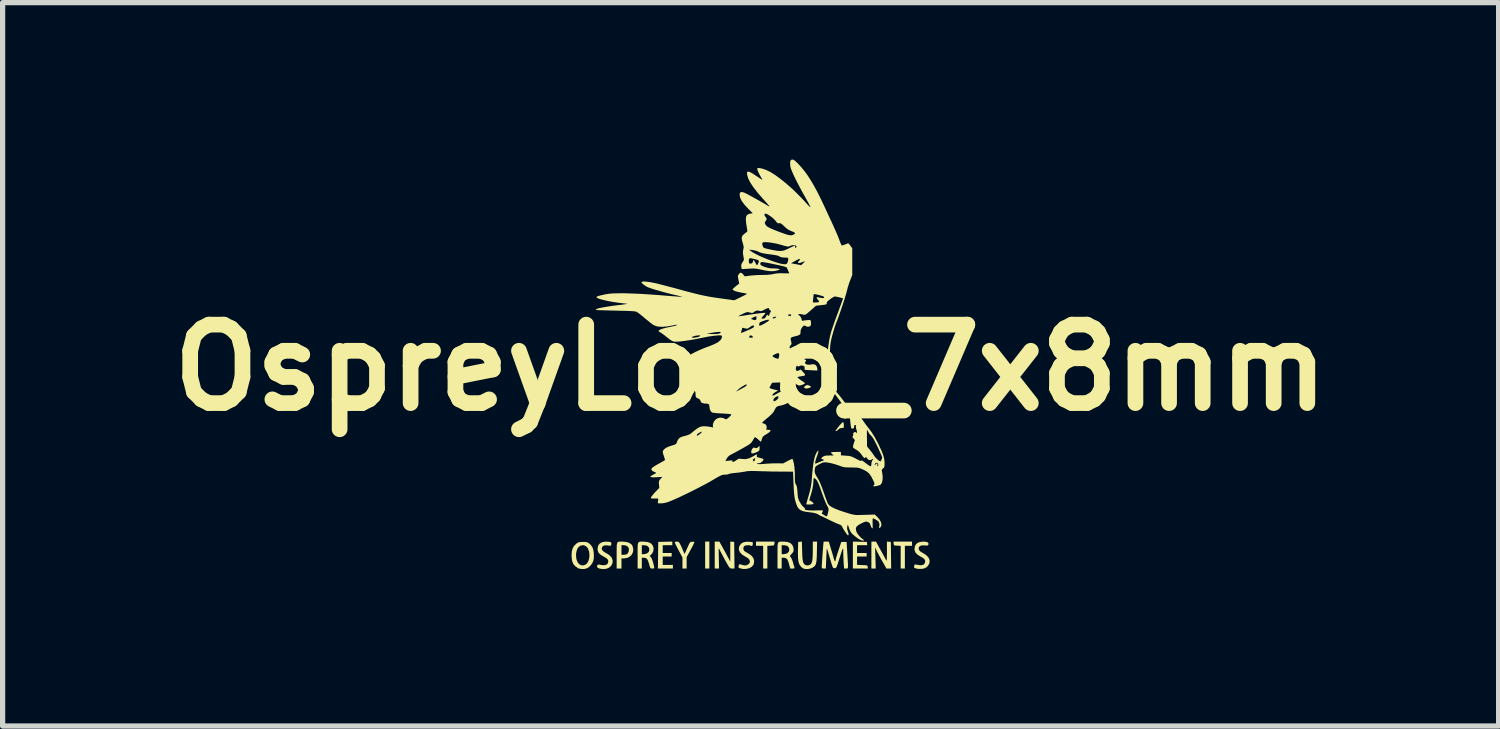
<source format=kicad_pcb>
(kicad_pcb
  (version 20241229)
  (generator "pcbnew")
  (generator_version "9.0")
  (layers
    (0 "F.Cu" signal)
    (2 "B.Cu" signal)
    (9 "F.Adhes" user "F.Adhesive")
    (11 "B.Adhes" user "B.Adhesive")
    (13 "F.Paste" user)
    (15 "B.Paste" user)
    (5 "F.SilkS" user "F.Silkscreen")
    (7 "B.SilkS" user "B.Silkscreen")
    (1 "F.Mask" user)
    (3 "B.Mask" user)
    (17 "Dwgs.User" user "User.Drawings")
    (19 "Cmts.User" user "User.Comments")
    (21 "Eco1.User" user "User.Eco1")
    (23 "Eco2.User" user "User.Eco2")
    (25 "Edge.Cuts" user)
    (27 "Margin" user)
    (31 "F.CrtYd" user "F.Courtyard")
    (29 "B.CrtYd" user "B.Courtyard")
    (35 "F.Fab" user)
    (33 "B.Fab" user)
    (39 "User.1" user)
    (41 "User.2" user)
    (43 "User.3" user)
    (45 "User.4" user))
  (footprint "OspreyLogo_7x8mm"
    (layer "F.Cu")
    (at 11.3 3.978)
    (property "Reference" "OspreyLogo_7x8mm" (at 0 0 0) (layer "F.SilkS") (effects (font (size 1.5 1.5) (thickness 0.3))))
    (attr board_only exclude_from_pos_files exclude_from_bom)
    (fp_poly (pts (xy -0.789 3.584) (xy -0.789 3.841) (xy -0.829 3.841) (xy -0.869 3.841) (xy -0.869 3.584) (xy -0.869 3.326) (xy -0.829 3.326) (xy -0.789 3.326)) (stroke (width 0) (type solid)) (fill yes) (layer "F.SilkS"))
    (fp_poly (pts (xy 1.009 -0.433) (xy 1.013 -0.428) (xy 1.001 -0.413) (xy 1 -0.412) (xy 0.969 -0.392) (xy 0.933 -0.391) (xy 0.916 -0.399) (xy 0.91 -0.41) (xy 0.922 -0.421) (xy 0.948 -0.43) (xy 0.981 -0.434) (xy 0.984 -0.434)) (stroke (width 0) (type solid)) (fill yes) (layer "F.SilkS"))
    (fp_poly (pts (xy 1.102 0.336) (xy 1.128 0.346) (xy 1.148 0.358) (xy 1.155 0.366) (xy 1.145 0.377) (xy 1.121 0.388) (xy 1.093 0.397) (xy 1.071 0.4) (xy 1.043 0.395) (xy 1.029 0.388) (xy 1.019 0.378) (xy 1.026 0.366) (xy 1.039 0.354) (xy 1.063 0.338) (xy 1.081 0.332)) (stroke (width 0) (type solid)) (fill yes) (layer "F.SilkS"))
    (fp_poly (pts (xy 0.455 3.364) (xy 0.452 3.385) (xy 0.444 3.396) (xy 0.426 3.401) (xy 0.391 3.404) (xy 0.386 3.404) (xy 0.32 3.408) (xy 0.32 3.624) (xy 0.32 3.841) (xy 0.28 3.841) (xy 0.24 3.841) (xy 0.24 3.624) (xy 0.24 3.406) (xy 0.171 3.406) (xy 0.103 3.406) (xy 0.103 3.366) (xy 0.103 3.326) (xy 0.281 3.326) (xy 0.459 3.326)) (stroke (width 0) (type solid)) (fill yes) (layer "F.SilkS"))
    (fp_poly (pts (xy 3.086 3.366) (xy 3.086 3.406) (xy 3.018 3.406) (xy 2.949 3.406) (xy 2.949 3.624) (xy 2.949 3.841) (xy 2.909 3.841) (xy 2.869 3.841) (xy 2.869 3.624) (xy 2.869 3.408) (xy 2.803 3.404) (xy 2.766 3.402) (xy 2.746 3.397) (xy 2.738 3.386) (xy 2.734 3.366) (xy 2.734 3.364) (xy 2.731 3.326) (xy 2.909 3.326) (xy 3.086 3.326)) (stroke (width 0) (type solid)) (fill yes) (layer "F.SilkS"))
    (fp_poly (pts (xy 0.171 1.541) (xy 0.169 1.573) (xy 0.159 1.591) (xy 0.134 1.607) (xy 0.129 1.61) (xy 0.085 1.629) (xy 0.048 1.64) (xy 0.024 1.641) (xy 0.019 1.638) (xy 0.011 1.617) (xy 0.015 1.586) (xy 0.029 1.556) (xy 0.036 1.548) (xy 0.056 1.53) (xy 0.075 1.53) (xy 0.087 1.534) (xy 0.109 1.541) (xy 0.129 1.532) (xy 0.143 1.52) (xy 0.171 1.493)) (stroke (width 0) (type solid)) (fill yes) (layer "F.SilkS"))
    (fp_poly (pts (xy 1.778 1.057) (xy 1.782 1.089) (xy 1.782 1.112) (xy 1.782 1.14) (xy 1.773 1.152) (xy 1.751 1.155) (xy 1.742 1.155) (xy 1.705 1.161) (xy 1.679 1.183) (xy 1.678 1.183) (xy 1.659 1.201) (xy 1.639 1.212) (xy 1.625 1.211) (xy 1.623 1.206) (xy 1.63 1.195) (xy 1.648 1.171) (xy 1.675 1.137) (xy 1.694 1.113) (xy 1.73 1.072) (xy 1.754 1.048) (xy 1.77 1.044)) (stroke (width 0) (type solid)) (fill yes) (layer "F.SilkS"))
    (fp_poly (pts (xy -1.497 3.36) (xy -1.497 3.395) (xy -1.589 3.395) (xy -1.68 3.395) (xy -1.68 3.469) (xy -1.68 3.544) (xy -1.595 3.544) (xy -1.509 3.544) (xy -1.509 3.578) (xy -1.509 3.612) (xy -1.595 3.612) (xy -1.68 3.612) (xy -1.68 3.692) (xy -1.68 3.772) (xy -1.583 3.772) (xy -1.486 3.772) (xy -1.486 3.807) (xy -1.486 3.841) (xy -1.629 3.841) (xy -1.772 3.841) (xy -1.769 3.587) (xy -1.766 3.332) (xy -1.632 3.329) (xy -1.497 3.326)) (stroke (width 0) (type solid)) (fill yes) (layer "F.SilkS"))
    (fp_poly (pts (xy 1.239 0.505) (xy 1.269 0.523) (xy 1.294 0.543) (xy 1.334 0.573) (xy 1.365 0.589) (xy 1.394 0.594) (xy 1.397 0.594) (xy 1.454 0.598) (xy 1.492 0.608) (xy 1.508 0.625) (xy 1.509 0.63) (xy 1.507 0.641) (xy 1.497 0.647) (xy 1.475 0.65) (xy 1.438 0.651) (xy 1.414 0.652) (xy 1.359 0.65) (xy 1.319 0.645) (xy 1.285 0.634) (xy 1.268 0.626) (xy 1.237 0.608) (xy 1.221 0.591) (xy 1.215 0.567) (xy 1.214 0.556) (xy 1.214 0.521) (xy 1.221 0.504)) (stroke (width 0) (type solid)) (fill yes) (layer "F.SilkS"))
    (fp_poly (pts (xy 2.089 3.329) (xy 2.223 3.332) (xy 2.227 3.364) (xy 2.231 3.395) (xy 2.133 3.395) (xy 2.035 3.395) (xy 2.035 3.469) (xy 2.035 3.544) (xy 2.126 3.544) (xy 2.218 3.544) (xy 2.218 3.578) (xy 2.218 3.612) (xy 2.126 3.612) (xy 2.035 3.612) (xy 2.035 3.692) (xy 2.035 3.771) (xy 2.135 3.775) (xy 2.183 3.777) (xy 2.212 3.779) (xy 2.228 3.784) (xy 2.235 3.793) (xy 2.238 3.807) (xy 2.238 3.809) (xy 2.242 3.841) (xy 2.098 3.841) (xy 1.955 3.841) (xy 1.955 3.583) (xy 1.955 3.326)) (stroke (width 0) (type solid)) (fill yes) (layer "F.SilkS"))
    (fp_poly (pts (xy 2.643 3.329) (xy 2.681 3.332) (xy 2.684 3.587) (xy 2.687 3.841) (xy 2.641 3.841) (xy 2.596 3.841) (xy 2.514 3.695) (xy 2.482 3.638) (xy 2.452 3.582) (xy 2.426 3.534) (xy 2.409 3.499) (xy 2.406 3.492) (xy 2.38 3.435) (xy 2.386 3.638) (xy 2.392 3.841) (xy 2.351 3.841) (xy 2.309 3.841) (xy 2.309 3.584) (xy 2.309 3.326) (xy 2.353 3.326) (xy 2.397 3.326) (xy 2.483 3.484) (xy 2.515 3.541) (xy 2.543 3.593) (xy 2.567 3.637) (xy 2.583 3.667) (xy 2.588 3.675) (xy 2.594 3.686) (xy 2.599 3.689) (xy 2.602 3.682) (xy 2.604 3.661) (xy 2.605 3.624) (xy 2.606 3.569) (xy 2.606 3.517) (xy 2.606 3.325)) (stroke (width 0) (type solid)) (fill yes) (layer "F.SilkS"))
    (fp_poly (pts (xy -1.394 3.327) (xy -1.379 3.332) (xy -1.366 3.344) (xy -1.351 3.367) (xy -1.333 3.403) (xy -1.31 3.455) (xy -1.298 3.483) (xy -1.262 3.564) (xy -1.211 3.448) (xy -1.188 3.398) (xy -1.172 3.364) (xy -1.159 3.344) (xy -1.146 3.334) (xy -1.131 3.33) (xy -1.117 3.329) (xy -1.088 3.329) (xy -1.075 3.336) (xy -1.075 3.338) (xy -1.08 3.352) (xy -1.094 3.382) (xy -1.115 3.424) (xy -1.142 3.474) (xy -1.149 3.486) (xy -1.223 3.623) (xy -1.223 3.732) (xy -1.223 3.841) (xy -1.263 3.841) (xy -1.303 3.841) (xy -1.303 3.736) (xy -1.303 3.631) (xy -1.377 3.491) (xy -1.404 3.439) (xy -1.427 3.394) (xy -1.443 3.36) (xy -1.451 3.341) (xy -1.452 3.338) (xy -1.442 3.331) (xy -1.417 3.327) (xy -1.412 3.326)) (stroke (width 0) (type solid)) (fill yes) (layer "F.SilkS"))
    (fp_poly (pts (xy -0.352 3.329) (xy -0.314 3.332) (xy -0.311 3.587) (xy -0.308 3.841) (xy -0.353 3.841) (xy -0.373 3.84) (xy -0.388 3.836) (xy -0.401 3.825) (xy -0.417 3.804) (xy -0.438 3.769) (xy -0.461 3.729) (xy -0.492 3.673) (xy -0.524 3.613) (xy -0.553 3.559) (xy -0.565 3.535) (xy -0.585 3.497) (xy -0.6 3.468) (xy -0.609 3.453) (xy -0.609 3.452) (xy -0.61 3.463) (xy -0.61 3.493) (xy -0.61 3.538) (xy -0.609 3.595) (xy -0.608 3.647) (xy -0.604 3.841) (xy -0.645 3.841) (xy -0.686 3.841) (xy -0.686 3.584) (xy -0.686 3.326) (xy -0.641 3.326) (xy -0.597 3.326) (xy -0.522 3.461) (xy -0.491 3.517) (xy -0.462 3.571) (xy -0.437 3.618) (xy -0.419 3.651) (xy -0.418 3.652) (xy -0.389 3.709) (xy -0.389 3.517) (xy -0.389 3.325)) (stroke (width 0) (type solid)) (fill yes) (layer "F.SilkS"))
    (fp_poly (pts (xy -2.442 3.327) (xy -2.441 3.327) (xy -2.37 3.334) (xy -2.313 3.354) (xy -2.273 3.385) (xy -2.257 3.411) (xy -2.243 3.472) (xy -2.249 3.528) (xy -2.273 3.577) (xy -2.313 3.615) (xy -2.366 3.64) (xy -2.421 3.647) (xy -2.469 3.647) (xy -2.469 3.744) (xy -2.469 3.841) (xy -2.515 3.841) (xy -2.561 3.841) (xy -2.561 3.591) (xy -2.561 3.506) (xy -2.561 3.486) (xy -2.469 3.486) (xy -2.469 3.578) (xy -2.428 3.578) (xy -2.394 3.575) (xy -2.368 3.567) (xy -2.366 3.567) (xy -2.344 3.544) (xy -2.33 3.508) (xy -2.327 3.47) (xy -2.331 3.449) (xy -2.354 3.416) (xy -2.392 3.399) (xy -2.428 3.395) (xy -2.469 3.395) (xy -2.469 3.486) (xy -2.561 3.486) (xy -2.56 3.442) (xy -2.559 3.395) (xy -2.554 3.363) (xy -2.545 3.342) (xy -2.53 3.331) (xy -2.509 3.327) (xy -2.48 3.326)) (stroke (width 0) (type solid)) (fill yes) (layer "F.SilkS"))
    (fp_poly (pts (xy 0.985 3.512) (xy 0.988 3.591) (xy 0.992 3.65) (xy 0.998 3.694) (xy 1.006 3.726) (xy 1.018 3.748) (xy 1.034 3.765) (xy 1.039 3.769) (xy 1.073 3.782) (xy 1.112 3.779) (xy 1.14 3.766) (xy 1.158 3.749) (xy 1.171 3.723) (xy 1.18 3.684) (xy 1.185 3.631) (xy 1.188 3.561) (xy 1.189 3.495) (xy 1.189 3.326) (xy 1.23 3.326) (xy 1.271 3.326) (xy 1.267 3.529) (xy 1.265 3.613) (xy 1.261 3.676) (xy 1.255 3.724) (xy 1.246 3.759) (xy 1.232 3.785) (xy 1.212 3.805) (xy 1.186 3.823) (xy 1.177 3.828) (xy 1.13 3.845) (xy 1.076 3.852) (xy 1.025 3.846) (xy 1.012 3.842) (xy 0.969 3.813) (xy 0.935 3.767) (xy 0.914 3.711) (xy 0.91 3.676) (xy 0.906 3.625) (xy 0.905 3.562) (xy 0.905 3.495) (xy 0.905 3.492) (xy 0.909 3.332) (xy 0.944 3.329) (xy 0.98 3.325)) (stroke (width 0) (type solid)) (fill yes) (layer "F.SilkS"))
    (fp_poly (pts (xy -2.71 3.329) (xy -2.677 3.337) (xy -2.662 3.352) (xy -2.662 3.376) (xy -2.663 3.381) (xy -2.675 3.403) (xy -2.688 3.407) (xy -2.708 3.403) (xy -2.741 3.399) (xy -2.753 3.398) (xy -2.798 3.4) (xy -2.83 3.418) (xy -2.845 3.448) (xy -2.846 3.459) (xy -2.84 3.485) (xy -2.819 3.51) (xy -2.781 3.536) (xy -2.756 3.549) (xy -2.696 3.588) (xy -2.656 3.634) (xy -2.637 3.685) (xy -2.641 3.739) (xy -2.641 3.741) (xy -2.666 3.789) (xy -2.706 3.824) (xy -2.759 3.846) (xy -2.821 3.852) (xy -2.888 3.842) (xy -2.901 3.838) (xy -2.93 3.821) (xy -2.937 3.798) (xy -2.928 3.775) (xy -2.917 3.767) (xy -2.896 3.766) (xy -2.863 3.772) (xy -2.805 3.779) (xy -2.761 3.77) (xy -2.732 3.747) (xy -2.721 3.71) (xy -2.721 3.705) (xy -2.724 3.682) (xy -2.737 3.661) (xy -2.762 3.64) (xy -2.804 3.615) (xy -2.821 3.606) (xy -2.875 3.572) (xy -2.908 3.535) (xy -2.924 3.492) (xy -2.926 3.462) (xy -2.916 3.407) (xy -2.888 3.366) (xy -2.843 3.339) (xy -2.782 3.327) (xy -2.763 3.327)) (stroke (width 0) (type solid)) (fill yes) (layer "F.SilkS"))
    (fp_poly (pts (xy 3.353 3.33) (xy 3.387 3.342) (xy 3.401 3.362) (xy 3.399 3.38) (xy 3.394 3.394) (xy 3.383 3.401) (xy 3.361 3.402) (xy 3.325 3.399) (xy 3.27 3.399) (xy 3.233 3.412) (xy 3.215 3.439) (xy 3.212 3.459) (xy 3.219 3.487) (xy 3.243 3.513) (xy 3.285 3.54) (xy 3.296 3.545) (xy 3.357 3.584) (xy 3.399 3.628) (xy 3.421 3.676) (xy 3.421 3.726) (xy 3.41 3.758) (xy 3.379 3.804) (xy 3.337 3.833) (xy 3.282 3.847) (xy 3.261 3.848) (xy 3.217 3.848) (xy 3.176 3.843) (xy 3.157 3.838) (xy 3.132 3.828) (xy 3.124 3.814) (xy 3.127 3.796) (xy 3.133 3.773) (xy 3.137 3.763) (xy 3.149 3.764) (xy 3.176 3.768) (xy 3.196 3.772) (xy 3.254 3.779) (xy 3.298 3.77) (xy 3.326 3.747) (xy 3.338 3.71) (xy 3.338 3.705) (xy 3.333 3.678) (xy 3.315 3.654) (xy 3.28 3.63) (xy 3.251 3.614) (xy 3.189 3.575) (xy 3.15 3.533) (xy 3.133 3.485) (xy 3.133 3.471) (xy 3.142 3.413) (xy 3.168 3.369) (xy 3.212 3.341) (xy 3.272 3.328) (xy 3.299 3.327)) (stroke (width 0) (type solid)) (fill yes) (layer "F.SilkS"))
    (fp_poly (pts (xy -3.161 3.333) (xy -3.129 3.338) (xy -3.105 3.349) (xy -3.084 3.363) (xy -3.053 3.394) (xy -3.027 3.43) (xy -3.023 3.437) (xy -3.008 3.482) (xy -2.999 3.539) (xy -2.996 3.602) (xy -3 3.66) (xy -3.006 3.69) (xy -3.028 3.741) (xy -3.064 3.788) (xy -3.107 3.825) (xy -3.129 3.837) (xy -3.18 3.85) (xy -3.236 3.85) (xy -3.286 3.84) (xy -3.298 3.834) (xy -3.352 3.798) (xy -3.39 3.753) (xy -3.413 3.695) (xy -3.422 3.622) (xy -3.423 3.589) (xy -3.338 3.589) (xy -3.331 3.658) (xy -3.312 3.713) (xy -3.282 3.753) (xy -3.245 3.777) (xy -3.201 3.781) (xy -3.157 3.767) (xy -3.124 3.739) (xy -3.1 3.694) (xy -3.085 3.637) (xy -3.081 3.575) (xy -3.088 3.52) (xy -3.108 3.46) (xy -3.14 3.419) (xy -3.182 3.398) (xy -3.209 3.395) (xy -3.256 3.405) (xy -3.294 3.435) (xy -3.321 3.482) (xy -3.335 3.545) (xy -3.338 3.589) (xy -3.423 3.589) (xy -3.418 3.513) (xy -3.401 3.452) (xy -3.372 3.404) (xy -3.33 3.364) (xy -3.305 3.347) (xy -3.28 3.337) (xy -3.248 3.333) (xy -3.206 3.332)) (stroke (width 0) (type solid)) (fill yes) (layer "F.SilkS"))
    (fp_poly (pts (xy -0.043 3.329) (xy -0.004 3.332) (xy 0.027 3.336) (xy 0.04 3.34) (xy 0.043 3.356) (xy 0.04 3.382) (xy 0.04 3.383) (xy 0.033 3.406) (xy 0.022 3.411) (xy 0.011 3.406) (xy -0.021 3.397) (xy -0.061 3.396) (xy -0.099 3.401) (xy -0.119 3.41) (xy -0.136 3.435) (xy -0.139 3.468) (xy -0.127 3.498) (xy -0.117 3.509) (xy -0.094 3.524) (xy -0.06 3.544) (xy -0.035 3.558) (xy 0.019 3.597) (xy 0.054 3.644) (xy 0.068 3.695) (xy 0.061 3.749) (xy 0.051 3.774) (xy 0.021 3.808) (xy -0.025 3.834) (xy -0.08 3.848) (xy -0.139 3.85) (xy -0.185 3.841) (xy -0.217 3.83) (xy -0.232 3.817) (xy -0.232 3.799) (xy -0.227 3.785) (xy -0.219 3.765) (xy -0.208 3.758) (xy -0.186 3.763) (xy -0.174 3.768) (xy -0.119 3.782) (xy -0.077 3.779) (xy -0.043 3.759) (xy -0.039 3.756) (xy -0.018 3.732) (xy -0.013 3.711) (xy -0.02 3.683) (xy -0.022 3.676) (xy -0.043 3.65) (xy -0.084 3.622) (xy -0.101 3.613) (xy -0.163 3.574) (xy -0.204 3.531) (xy -0.224 3.484) (xy -0.223 3.435) (xy -0.212 3.407) (xy -0.181 3.365) (xy -0.139 3.34) (xy -0.083 3.329)) (stroke (width 0) (type solid)) (fill yes) (layer "F.SilkS"))
    (fp_poly (pts (xy -2.044 3.327) (xy -2.043 3.327) (xy -1.97 3.334) (xy -1.914 3.355) (xy -1.877 3.391) (xy -1.857 3.44) (xy -1.855 3.449) (xy -1.859 3.504) (xy -1.882 3.553) (xy -1.912 3.584) (xy -1.928 3.6) (xy -1.923 3.609) (xy -1.903 3.627) (xy -1.883 3.668) (xy -1.863 3.73) (xy -1.859 3.747) (xy -1.848 3.793) (xy -1.843 3.821) (xy -1.845 3.835) (xy -1.856 3.84) (xy -1.876 3.841) (xy -1.879 3.841) (xy -1.898 3.84) (xy -1.911 3.835) (xy -1.921 3.82) (xy -1.931 3.792) (xy -1.942 3.752) (xy -1.959 3.698) (xy -1.976 3.664) (xy -1.997 3.644) (xy -2.025 3.636) (xy -2.043 3.635) (xy -2.08 3.635) (xy -2.08 3.738) (xy -2.08 3.841) (xy -2.12 3.841) (xy -2.16 3.841) (xy -2.16 3.591) (xy -2.161 3.506) (xy -2.161 3.48) (xy -2.08 3.48) (xy -2.08 3.567) (xy -2.046 3.567) (xy -2.009 3.561) (xy -1.978 3.55) (xy -1.948 3.523) (xy -1.935 3.486) (xy -1.942 3.447) (xy -1.952 3.431) (xy -1.973 3.41) (xy -2.002 3.4) (xy -2.027 3.397) (xy -2.08 3.394) (xy -2.08 3.48) (xy -2.161 3.48) (xy -2.16 3.442) (xy -2.158 3.395) (xy -2.154 3.363) (xy -2.145 3.343) (xy -2.13 3.332) (xy -2.11 3.327) (xy -2.081 3.326)) (stroke (width 0) (type solid)) (fill yes) (layer "F.SilkS"))
    (fp_poly (pts (xy 0.631 3.327) (xy 0.632 3.327) (xy 0.704 3.333) (xy 0.759 3.354) (xy 0.796 3.389) (xy 0.817 3.438) (xy 0.82 3.461) (xy 0.822 3.496) (xy 0.816 3.52) (xy 0.799 3.544) (xy 0.785 3.559) (xy 0.762 3.585) (xy 0.753 3.6) (xy 0.755 3.612) (xy 0.766 3.624) (xy 0.781 3.647) (xy 0.797 3.683) (xy 0.806 3.712) (xy 0.818 3.754) (xy 0.829 3.791) (xy 0.835 3.809) (xy 0.84 3.83) (xy 0.834 3.839) (xy 0.812 3.841) (xy 0.801 3.841) (xy 0.757 3.841) (xy 0.733 3.752) (xy 0.716 3.698) (xy 0.699 3.664) (xy 0.678 3.644) (xy 0.65 3.636) (xy 0.632 3.635) (xy 0.594 3.635) (xy 0.594 3.738) (xy 0.594 3.841) (xy 0.554 3.841) (xy 0.514 3.841) (xy 0.514 3.591) (xy 0.514 3.506) (xy 0.514 3.48) (xy 0.594 3.48) (xy 0.594 3.567) (xy 0.629 3.567) (xy 0.666 3.561) (xy 0.697 3.55) (xy 0.727 3.523) (xy 0.74 3.486) (xy 0.733 3.447) (xy 0.723 3.431) (xy 0.702 3.41) (xy 0.673 3.4) (xy 0.648 3.397) (xy 0.594 3.394) (xy 0.594 3.48) (xy 0.514 3.48) (xy 0.515 3.442) (xy 0.516 3.395) (xy 0.521 3.363) (xy 0.53 3.343) (xy 0.544 3.332) (xy 0.565 3.327) (xy 0.594 3.326)) (stroke (width 0) (type solid)) (fill yes) (layer "F.SilkS"))
    (fp_poly (pts (xy 1.535 3.461) (xy 1.553 3.519) (xy 1.569 3.574) (xy 1.582 3.621) (xy 1.59 3.649) (xy 1.6 3.683) (xy 1.611 3.701) (xy 1.62 3.703) (xy 1.624 3.685) (xy 1.624 3.684) (xy 1.627 3.666) (xy 1.637 3.631) (xy 1.651 3.584) (xy 1.669 3.527) (xy 1.679 3.498) (xy 1.733 3.332) (xy 1.784 3.332) (xy 1.835 3.332) (xy 1.848 3.544) (xy 1.854 3.634) (xy 1.858 3.704) (xy 1.861 3.756) (xy 1.862 3.793) (xy 1.861 3.818) (xy 1.857 3.832) (xy 1.852 3.839) (xy 1.843 3.841) (xy 1.832 3.841) (xy 1.825 3.841) (xy 1.787 3.841) (xy 1.779 3.736) (xy 1.776 3.673) (xy 1.773 3.603) (xy 1.771 3.54) (xy 1.771 3.533) (xy 1.771 3.496) (xy 1.77 3.471) (xy 1.767 3.459) (xy 1.762 3.462) (xy 1.753 3.48) (xy 1.741 3.515) (xy 1.723 3.57) (xy 1.7 3.644) (xy 1.695 3.658) (xy 1.674 3.724) (xy 1.659 3.771) (xy 1.647 3.802) (xy 1.637 3.821) (xy 1.628 3.831) (xy 1.618 3.835) (xy 1.606 3.835) (xy 1.592 3.834) (xy 1.581 3.83) (xy 1.572 3.818) (xy 1.562 3.795) (xy 1.55 3.758) (xy 1.533 3.704) (xy 1.53 3.692) (xy 1.512 3.632) (xy 1.495 3.575) (xy 1.481 3.526) (xy 1.471 3.492) (xy 1.471 3.492) (xy 1.466 3.473) (xy 1.462 3.462) (xy 1.458 3.463) (xy 1.456 3.477) (xy 1.453 3.507) (xy 1.451 3.555) (xy 1.447 3.623) (xy 1.447 3.638) (xy 1.438 3.841) (xy 1.399 3.841) (xy 1.373 3.839) (xy 1.362 3.828) (xy 1.36 3.812) (xy 1.361 3.786) (xy 1.363 3.744) (xy 1.367 3.688) (xy 1.371 3.625) (xy 1.376 3.56) (xy 1.38 3.497) (xy 1.385 3.442) (xy 1.388 3.4) (xy 1.39 3.386) (xy 1.396 3.326) (xy 1.445 3.326) (xy 1.494 3.326)) (stroke (width 0) (type solid)) (fill yes) (layer "F.SilkS"))
    (fp_poly (pts (xy 0.819 -3.973) (xy 0.844 -3.958) (xy 0.877 -3.928) (xy 0.905 -3.901) (xy 0.969 -3.831) (xy 1.03 -3.757) (xy 1.089 -3.676) (xy 1.148 -3.585) (xy 1.208 -3.483) (xy 1.271 -3.367) (xy 1.338 -3.234) (xy 1.41 -3.082) (xy 1.424 -3.052) (xy 1.458 -2.978) (xy 1.497 -2.893) (xy 1.538 -2.806) (xy 1.574 -2.728) (xy 1.58 -2.715) (xy 1.609 -2.65) (xy 1.637 -2.587) (xy 1.662 -2.529) (xy 1.68 -2.484) (xy 1.686 -2.468) (xy 1.706 -2.414) (xy 1.724 -2.371) (xy 1.739 -2.341) (xy 1.743 -2.334) (xy 1.754 -2.336) (xy 1.78 -2.345) (xy 1.805 -2.354) (xy 1.838 -2.367) (xy 1.861 -2.376) (xy 1.868 -2.378) (xy 1.877 -2.369) (xy 1.894 -2.348) (xy 1.908 -2.33) (xy 1.943 -2.282) (xy 1.943 -2.025) (xy 1.943 -1.769) (xy 1.903 -1.668) (xy 1.881 -1.607) (xy 1.859 -1.537) (xy 1.842 -1.473) (xy 1.84 -1.463) (xy 1.829 -1.42) (xy 1.811 -1.361) (xy 1.789 -1.289) (xy 1.763 -1.208) (xy 1.734 -1.124) (xy 1.705 -1.04) (xy 1.677 -0.961) (xy 1.651 -0.891) (xy 1.629 -0.835) (xy 1.628 -0.833) (xy 1.615 -0.797) (xy 1.599 -0.746) (xy 1.581 -0.685) (xy 1.563 -0.621) (xy 1.56 -0.611) (xy 1.548 -0.562) (xy 1.538 -0.52) (xy 1.531 -0.483) (xy 1.525 -0.445) (xy 1.521 -0.403) (xy 1.518 -0.353) (xy 1.516 -0.289) (xy 1.514 -0.209) (xy 1.513 -0.167) (xy 1.511 -0.074) (xy 1.51 -0.002) (xy 1.51 0.055) (xy 1.511 0.1) (xy 1.514 0.134) (xy 1.518 0.164) (xy 1.524 0.19) (xy 1.525 0.194) (xy 1.546 0.272) (xy 1.565 0.332) (xy 1.583 0.379) (xy 1.604 0.417) (xy 1.629 0.453) (xy 1.656 0.484) (xy 1.693 0.527) (xy 1.735 0.58) (xy 1.776 0.634) (xy 1.789 0.651) (xy 1.847 0.723) (xy 1.909 0.782) (xy 1.943 0.809) (xy 2 0.851) (xy 2.042 0.886) (xy 2.075 0.917) (xy 2.105 0.951) (xy 2.134 0.992) (xy 2.152 1.017) (xy 2.185 1.065) (xy 2.221 1.114) (xy 2.253 1.154) (xy 2.258 1.16) (xy 2.316 1.238) (xy 2.376 1.335) (xy 2.438 1.451) (xy 2.464 1.507) (xy 2.501 1.586) (xy 2.527 1.65) (xy 2.544 1.704) (xy 2.555 1.752) (xy 2.56 1.799) (xy 2.561 1.83) (xy 2.56 1.872) (xy 2.556 1.898) (xy 2.547 1.915) (xy 2.531 1.928) (xy 2.514 1.943) (xy 2.507 1.959) (xy 2.51 1.984) (xy 2.514 2.001) (xy 2.524 2.07) (xy 2.524 2.136) (xy 2.513 2.19) (xy 2.506 2.206) (xy 2.492 2.23) (xy 2.474 2.244) (xy 2.445 2.255) (xy 2.419 2.261) (xy 2.375 2.269) (xy 2.351 2.27) (xy 2.345 2.262) (xy 2.356 2.246) (xy 2.358 2.243) (xy 2.366 2.232) (xy 2.369 2.219) (xy 2.363 2.199) (xy 2.35 2.168) (xy 2.33 2.128) (xy 2.297 2.067) (xy 2.264 2.023) (xy 2.224 1.989) (xy 2.172 1.959) (xy 2.137 1.943) (xy 2.104 1.929) (xy 2.075 1.919) (xy 2.044 1.913) (xy 2.006 1.911) (xy 1.953 1.909) (xy 1.924 1.909) (xy 1.859 1.908) (xy 1.811 1.906) (xy 1.774 1.9) (xy 1.742 1.892) (xy 1.724 1.885) (xy 1.63 1.852) (xy 1.538 1.827) (xy 1.461 1.813) (xy 1.426 1.81) (xy 1.398 1.811) (xy 1.369 1.82) (xy 1.331 1.838) (xy 1.317 1.845) (xy 1.276 1.867) (xy 1.25 1.884) (xy 1.237 1.901) (xy 1.23 1.921) (xy 1.224 1.974) (xy 1.23 2.018) (xy 1.251 2.062) (xy 1.257 2.073) (xy 1.284 2.116) (xy 1.307 2.158) (xy 1.328 2.203) (xy 1.35 2.256) (xy 1.375 2.321) (xy 1.402 2.398) (xy 1.424 2.46) (xy 1.444 2.516) (xy 1.462 2.563) (xy 1.475 2.594) (xy 1.479 2.604) (xy 1.502 2.632) (xy 1.541 2.66) (xy 1.599 2.69) (xy 1.677 2.722) (xy 1.775 2.756) (xy 1.866 2.784) (xy 1.911 2.798) (xy 1.947 2.807) (xy 1.979 2.813) (xy 2.013 2.817) (xy 2.053 2.818) (xy 2.105 2.817) (xy 2.174 2.815) (xy 2.181 2.815) (xy 2.374 2.809) (xy 2.426 2.859) (xy 2.467 2.908) (xy 2.493 2.957) (xy 2.501 3.004) (xy 2.494 3.035) (xy 2.479 3.056) (xy 2.463 3.064) (xy 2.452 3.06) (xy 2.456 3.044) (xy 2.458 3.041) (xy 2.464 3.01) (xy 2.458 2.972) (xy 2.443 2.94) (xy 2.443 2.94) (xy 2.426 2.927) (xy 2.399 2.909) (xy 2.369 2.893) (xy 2.345 2.882) (xy 2.337 2.881) (xy 2.334 2.891) (xy 2.332 2.919) (xy 2.332 2.959) (xy 2.332 2.969) (xy 2.333 3.013) (xy 2.334 3.047) (xy 2.334 3.066) (xy 2.333 3.068) (xy 2.327 3.074) (xy 2.316 3.064) (xy 2.303 3.044) (xy 2.293 3.019) (xy 2.291 3.01) (xy 2.28 2.978) (xy 2.256 2.959) (xy 2.244 2.953) (xy 2.217 2.944) (xy 2.195 2.945) (xy 2.165 2.955) (xy 2.157 2.959) (xy 2.116 2.979) (xy 2.072 3.003) (xy 2.06 3.01) (xy 2.026 3.039) (xy 2.012 3.071) (xy 2.015 3.111) (xy 2.028 3.148) (xy 2.047 3.181) (xy 2.079 3.22) (xy 2.114 3.256) (xy 2.148 3.283) (xy 2.154 3.287) (xy 2.169 3.297) (xy 2.164 3.304) (xy 2.158 3.307) (xy 2.137 3.306) (xy 2.106 3.296) (xy 2.089 3.289) (xy 2.055 3.268) (xy 2.013 3.238) (xy 1.975 3.207) (xy 1.937 3.173) (xy 1.913 3.141) (xy 1.895 3.105) (xy 1.884 3.076) (xy 1.859 3.001) (xy 1.848 3.037) (xy 1.844 3.073) (xy 1.853 3.112) (xy 1.856 3.12) (xy 1.87 3.163) (xy 1.874 3.193) (xy 1.867 3.206) (xy 1.858 3.205) (xy 1.846 3.193) (xy 1.826 3.167) (xy 1.802 3.132) (xy 1.778 3.094) (xy 1.758 3.058) (xy 1.744 3.03) (xy 1.743 3.028) (xy 1.729 3.013) (xy 1.701 2.999) (xy 1.691 2.996) (xy 1.665 2.986) (xy 1.623 2.968) (xy 1.571 2.944) (xy 1.514 2.917) (xy 1.498 2.909) (xy 1.445 2.883) (xy 1.399 2.86) (xy 1.364 2.844) (xy 1.345 2.836) (xy 1.342 2.835) (xy 1.328 2.829) (xy 1.303 2.814) (xy 1.292 2.807) (xy 1.266 2.793) (xy 1.232 2.782) (xy 1.186 2.773) (xy 1.132 2.766) (xy 1.053 2.756) (xy 0.994 2.742) (xy 0.95 2.722) (xy 0.917 2.694) (xy 0.892 2.655) (xy 0.871 2.601) (xy 0.861 2.57) (xy 0.852 2.537) (xy 0.844 2.501) (xy 0.838 2.46) (xy 0.832 2.41) (xy 0.827 2.349) (xy 0.823 2.274) (xy 0.819 2.184) (xy 0.815 2.074) (xy 0.812 2.015) (xy 0.812 1.989) (xy 0.58 1.988) (xy 0.492 1.987) (xy 0.395 1.986) (xy 0.297 1.983) (xy 0.208 1.981) (xy 0.154 1.979) (xy 0.066 1.976) (xy -0.003 1.976) (xy -0.054 1.979) (xy -0.09 1.984) (xy -0.094 1.985) (xy -0.128 1.992) (xy -0.177 1.999) (xy -0.235 2.007) (xy -0.283 2.012) (xy -0.336 2.017) (xy -0.379 2.024) (xy -0.409 2.03) (xy -0.421 2.035) (xy -0.434 2.041) (xy -0.462 2.045) (xy -0.487 2.046) (xy -0.513 2.047) (xy -0.536 2.051) (xy -0.561 2.059) (xy -0.592 2.074) (xy -0.634 2.096) (xy -0.69 2.129) (xy -0.703 2.137) (xy -0.777 2.18) (xy -0.864 2.228) (xy -0.96 2.278) (xy -1.061 2.33) (xy -1.164 2.382) (xy -1.265 2.431) (xy -1.361 2.477) (xy -1.449 2.516) (xy -1.523 2.548) (xy -1.582 2.571) (xy -1.588 2.573) (xy -1.637 2.586) (xy -1.689 2.594) (xy -1.712 2.595) (xy -1.774 2.595) (xy -1.77 2.549) (xy -1.766 2.503) (xy -1.837 2.503) (xy -1.874 2.502) (xy -1.9 2.499) (xy -1.909 2.495) (xy -1.901 2.474) (xy -1.876 2.44) (xy -1.838 2.395) (xy -1.809 2.364) (xy -1.746 2.3) (xy -1.752 2.233) (xy -1.754 2.194) (xy -1.751 2.169) (xy -1.74 2.148) (xy -1.722 2.128) (xy -1.686 2.089) (xy -1.783 2.095) (xy -1.831 2.097) (xy -1.871 2.097) (xy -1.898 2.094) (xy -1.903 2.093) (xy -1.917 2.086) (xy -1.914 2.078) (xy -1.897 2.066) (xy -1.864 2.047) (xy -1.838 2.034) (xy -1.812 2.02) (xy -1.809 2.008) (xy -1.829 1.998) (xy -1.842 1.993) (xy -1.877 1.977) (xy -1.895 1.954) (xy -1.893 1.928) (xy -1.891 1.924) (xy -1.876 1.911) (xy -1.846 1.89) (xy -1.805 1.864) (xy -1.762 1.84) (xy -1.716 1.814) (xy -1.677 1.792) (xy -1.668 1.787) (xy -0.483 1.787) (xy -0.412 1.778) (xy -0.373 1.775) (xy -0.352 1.775) (xy -0.345 1.78) (xy -0.347 1.788) (xy -0.347 1.803) (xy -0.332 1.804) (xy -0.304 1.79) (xy -0.274 1.771) (xy -0.259 1.76) (xy 0.042 1.76) (xy 0.044 1.775) (xy 0.047 1.779) (xy 0.06 1.792) (xy 0.07 1.789) (xy 0.08 1.766) (xy 0.081 1.765) (xy 0.088 1.738) (xy 0.084 1.731) (xy 0.065 1.741) (xy 0.059 1.745) (xy 0.042 1.76) (xy -0.259 1.76) (xy -0.244 1.75) (xy -0.22 1.741) (xy -0.194 1.742) (xy -0.173 1.745) (xy -0.101 1.75) (xy -0.031 1.735) (xy 0.043 1.699) (xy 0.045 1.698) (xy 0.079 1.678) (xy 0.106 1.663) (xy 0.119 1.658) (xy 0.119 1.658) (xy 0.122 1.667) (xy 0.12 1.684) (xy 0.118 1.7) (xy 0.125 1.71) (xy 0.147 1.718) (xy 0.176 1.725) (xy 0.212 1.735) (xy 0.238 1.745) (xy 0.247 1.751) (xy 0.244 1.765) (xy 0.229 1.788) (xy 0.222 1.796) (xy 0.189 1.821) (xy 0.151 1.829) (xy 0.149 1.829) (xy 0.125 1.831) (xy 0.12 1.835) (xy 0.127 1.841) (xy 0.15 1.845) (xy 0.192 1.845) (xy 0.253 1.841) (xy 0.264 1.84) (xy 0.332 1.835) (xy 0.41 1.831) (xy 0.482 1.83) (xy 0.503 1.83) (xy 0.623 1.831) (xy 0.712 1.783) (xy 0.757 1.76) (xy 0.787 1.748) (xy 0.802 1.747) (xy 0.805 1.751) (xy 0.826 1.826) (xy 0.839 1.911) (xy 0.845 2.009) (xy 0.846 2.057) (xy 0.846 2.12) (xy 0.848 2.166) (xy 0.851 2.197) (xy 0.857 2.218) (xy 0.865 2.235) (xy 0.868 2.238) (xy 0.879 2.261) (xy 0.887 2.294) (xy 0.893 2.341) (xy 0.896 2.386) (xy 0.9 2.442) (xy 0.906 2.482) (xy 0.914 2.515) (xy 0.928 2.547) (xy 0.945 2.578) (xy 0.97 2.619) (xy 0.995 2.65) (xy 1.014 2.667) (xy 1.035 2.684) (xy 1.037 2.699) (xy 1.037 2.711) (xy 1.05 2.719) (xy 1.079 2.725) (xy 1.094 2.727) (xy 1.134 2.73) (xy 1.188 2.731) (xy 1.246 2.73) (xy 1.27 2.73) (xy 1.318 2.728) (xy 1.355 2.729) (xy 1.378 2.731) (xy 1.383 2.734) (xy 1.378 2.751) (xy 1.369 2.768) (xy 1.361 2.789) (xy 1.366 2.796) (xy 1.383 2.805) (xy 1.409 2.821) (xy 1.412 2.823) (xy 1.441 2.84) (xy 1.457 2.842) (xy 1.466 2.828) (xy 1.473 2.803) (xy 1.485 2.753) (xy 1.49 2.717) (xy 1.488 2.691) (xy 1.479 2.668) (xy 1.464 2.644) (xy 1.451 2.619) (xy 1.432 2.576) (xy 1.409 2.52) (xy 1.385 2.455) (xy 1.361 2.388) (xy 1.332 2.306) (xy 1.309 2.244) (xy 1.289 2.198) (xy 1.272 2.165) (xy 1.256 2.143) (xy 1.254 2.141) (xy 1.231 2.12) (xy 1.214 2.11) (xy 1.21 2.11) (xy 1.204 2.124) (xy 1.201 2.153) (xy 1.2 2.175) (xy 1.194 2.249) (xy 1.178 2.336) (xy 1.152 2.431) (xy 1.141 2.465) (xy 1.129 2.506) (xy 1.124 2.532) (xy 1.126 2.542) (xy 1.127 2.542) (xy 1.143 2.545) (xy 1.168 2.56) (xy 1.177 2.567) (xy 1.199 2.589) (xy 1.203 2.602) (xy 1.198 2.608) (xy 1.181 2.613) (xy 1.151 2.616) (xy 1.117 2.617) (xy 1.087 2.617) (xy 1.067 2.614) (xy 1.063 2.611) (xy 1.066 2.598) (xy 1.075 2.568) (xy 1.087 2.523) (xy 1.103 2.469) (xy 1.111 2.443) (xy 1.135 2.356) (xy 1.151 2.281) (xy 1.162 2.212) (xy 1.168 2.155) (xy 1.179 2.014) (xy 1.192 1.897) (xy 1.205 1.802) (xy 1.22 1.73) (xy 1.235 1.68) (xy 1.259 1.628) (xy 1.279 1.596) (xy 1.291 1.586) (xy 1.296 1.596) (xy 1.291 1.626) (xy 1.276 1.675) (xy 1.27 1.691) (xy 1.254 1.736) (xy 1.241 1.777) (xy 1.235 1.805) (xy 1.235 1.811) (xy 1.235 1.839) (xy 1.322 1.803) (xy 1.408 1.768) (xy 1.376 1.751) (xy 1.344 1.734) (xy 1.378 1.707) (xy 1.399 1.693) (xy 1.422 1.685) (xy 1.455 1.681) (xy 1.502 1.68) (xy 1.592 1.68) (xy 1.562 1.657) (xy 1.543 1.638) (xy 1.538 1.623) (xy 1.538 1.622) (xy 1.552 1.617) (xy 1.582 1.614) (xy 1.624 1.612) (xy 1.635 1.612) (xy 1.726 1.612) (xy 1.726 1.644) (xy 1.726 1.677) (xy 1.824 1.684) (xy 1.874 1.688) (xy 1.912 1.695) (xy 1.947 1.708) (xy 1.989 1.728) (xy 2.018 1.743) (xy 2.065 1.768) (xy 2.094 1.781) (xy 2.11 1.784) (xy 2.115 1.778) (xy 2.115 1.777) (xy 2.122 1.773) (xy 2.143 1.784) (xy 2.179 1.81) (xy 2.196 1.823) (xy 2.234 1.851) (xy 2.266 1.873) (xy 2.288 1.885) (xy 2.293 1.886) (xy 2.305 1.876) (xy 2.307 1.859) (xy 2.371 1.859) (xy 2.378 1.862) (xy 2.393 1.847) (xy 2.395 1.844) (xy 2.412 1.831) (xy 2.425 1.836) (xy 2.427 1.854) (xy 2.423 1.864) (xy 2.418 1.881) (xy 2.422 1.886) (xy 2.435 1.877) (xy 2.439 1.869) (xy 2.441 1.842) (xy 2.428 1.824) (xy 2.408 1.818) (xy 2.386 1.829) (xy 2.378 1.84) (xy 2.371 1.859) (xy 2.307 1.859) (xy 2.309 1.846) (xy 2.309 1.843) (xy 2.313 1.808) (xy 2.324 1.779) (xy 2.326 1.777) (xy 2.34 1.754) (xy 2.341 1.743) (xy 2.33 1.746) (xy 2.322 1.753) (xy 2.29 1.77) (xy 2.259 1.765) (xy 2.229 1.738) (xy 2.229 1.737) (xy 2.212 1.715) (xy 2.201 1.71) (xy 2.19 1.72) (xy 2.19 1.722) (xy 2.181 1.73) (xy 2.171 1.727) (xy 2.156 1.712) (xy 2.133 1.681) (xy 2.125 1.67) (xy 2.084 1.618) (xy 2.042 1.583) (xy 2.02 1.57) (xy 1.988 1.551) (xy 1.965 1.533) (xy 1.958 1.525) (xy 1.958 1.505) (xy 1.965 1.472) (xy 1.973 1.445) (xy 1.994 1.384) (xy 1.967 1.355) (xy 1.95 1.333) (xy 1.949 1.318) (xy 1.954 1.31) (xy 1.963 1.285) (xy 1.961 1.273) (xy 2.223 1.273) (xy 2.223 1.328) (xy 2.224 1.347) (xy 2.226 1.506) (xy 2.289 1.585) (xy 2.32 1.624) (xy 2.346 1.661) (xy 2.364 1.688) (xy 2.368 1.694) (xy 2.383 1.714) (xy 2.408 1.74) (xy 2.436 1.765) (xy 2.462 1.785) (xy 2.48 1.794) (xy 2.481 1.794) (xy 2.489 1.785) (xy 2.501 1.764) (xy 2.511 1.737) (xy 2.515 1.719) (xy 2.51 1.702) (xy 2.497 1.669) (xy 2.478 1.625) (xy 2.454 1.573) (xy 2.429 1.518) (xy 2.403 1.464) (xy 2.379 1.417) (xy 2.359 1.379) (xy 2.354 1.37) (xy 2.331 1.335) (xy 2.309 1.306) (xy 2.296 1.294) (xy 2.277 1.274) (xy 2.257 1.244) (xy 2.252 1.234) (xy 2.237 1.207) (xy 2.227 1.191) (xy 2.225 1.189) (xy 2.224 1.2) (xy 2.223 1.229) (xy 2.223 1.273) (xy 1.961 1.273) (xy 1.961 1.271) (xy 1.964 1.25) (xy 1.98 1.236) (xy 2.002 1.231) (xy 2.021 1.241) (xy 2.023 1.244) (xy 2.031 1.255) (xy 2.034 1.247) (xy 2.034 1.237) (xy 2.03 1.208) (xy 2.02 1.175) (xy 2.019 1.173) (xy 2.01 1.135) (xy 2.014 1.116) (xy 2.018 1.102) (xy 2.003 1.097) (xy 2.001 1.097) (xy 1.984 1.103) (xy 1.978 1.122) (xy 1.978 1.132) (xy 1.974 1.156) (xy 1.961 1.165) (xy 1.95 1.166) (xy 1.938 1.166) (xy 1.93 1.162) (xy 1.923 1.152) (xy 1.918 1.131) (xy 1.913 1.098) (xy 1.907 1.047) (xy 1.903 1.003) (xy 1.898 0.968) (xy 1.894 0.944) (xy 1.891 0.937) (xy 1.878 0.942) (xy 1.853 0.954) (xy 1.84 0.961) (xy 1.794 0.984) (xy 1.801 0.952) (xy 1.81 0.916) (xy 1.818 0.888) (xy 1.82 0.845) (xy 1.804 0.789) (xy 1.768 0.722) (xy 1.713 0.641) (xy 1.686 0.606) (xy 1.628 0.528) (xy 1.584 0.458) (xy 1.55 0.39) (xy 1.522 0.314) (xy 1.498 0.231) (xy 1.49 0.196) (xy 1.484 0.162) (xy 1.48 0.124) (xy 1.477 0.077) (xy 1.475 0.018) (xy 1.475 -0.057) (xy 1.475 -0.111) (xy 1.475 -0.201) (xy 1.476 -0.274) (xy 1.479 -0.335) (xy 1.483 -0.388) (xy 1.49 -0.44) (xy 1.499 -0.496) (xy 1.502 -0.515) (xy 1.509 -0.554) (xy 1.516 -0.589) (xy 1.524 -0.623) (xy 1.533 -0.659) (xy 1.544 -0.698) (xy 1.559 -0.744) (xy 1.578 -0.799) (xy 1.601 -0.865) (xy 1.63 -0.945) (xy 1.666 -1.042) (xy 1.707 -1.155) (xy 1.728 -1.212) (xy 1.746 -1.261) (xy 1.758 -1.298) (xy 1.765 -1.32) (xy 1.766 -1.324) (xy 1.753 -1.329) (xy 1.726 -1.336) (xy 1.69 -1.345) (xy 1.654 -1.353) (xy 1.624 -1.358) (xy 1.61 -1.36) (xy 1.592 -1.354) (xy 1.563 -1.337) (xy 1.527 -1.313) (xy 1.522 -1.309) (xy 1.484 -1.279) (xy 1.462 -1.257) (xy 1.455 -1.239) (xy 1.455 -1.232) (xy 1.455 -1.219) (xy 1.448 -1.211) (xy 1.431 -1.205) (xy 1.4 -1.2) (xy 1.354 -1.195) (xy 1.25 -1.183) (xy 1.165 -1.108) (xy 1.118 -1.067) (xy 1.085 -1.039) (xy 1.061 -1.021) (xy 1.043 -1.012) (xy 1.027 -1.01) (xy 1.009 -1.013) (xy 0.988 -1.018) (xy 0.948 -1.024) (xy 0.921 -1.024) (xy 0.908 -1.019) (xy 0.914 -1.008) (xy 0.927 -1) (xy 0.954 -0.974) (xy 0.97 -0.94) (xy 0.983 -0.895) (xy 1.054 -0.905) (xy 1.094 -0.909) (xy 1.125 -0.911) (xy 1.14 -0.909) (xy 1.15 -0.895) (xy 1.154 -0.863) (xy 1.155 -0.852) (xy 1.153 -0.818) (xy 1.145 -0.799) (xy 1.127 -0.787) (xy 1.126 -0.787) (xy 1.1 -0.78) (xy 1.072 -0.785) (xy 1.058 -0.792) (xy 1.032 -0.803) (xy 1.016 -0.802) (xy 1 -0.789) (xy 0.997 -0.785) (xy 0.97 -0.747) (xy 0.955 -0.705) (xy 0.954 -0.667) (xy 0.954 -0.667) (xy 0.952 -0.646) (xy 0.934 -0.627) (xy 0.897 -0.611) (xy 0.839 -0.596) (xy 0.832 -0.594) (xy 0.792 -0.583) (xy 0.771 -0.57) (xy 0.765 -0.548) (xy 0.772 -0.512) (xy 0.777 -0.492) (xy 0.783 -0.462) (xy 0.776 -0.441) (xy 0.766 -0.429) (xy 0.746 -0.398) (xy 0.748 -0.373) (xy 0.764 -0.358) (xy 0.781 -0.338) (xy 0.793 -0.307) (xy 0.794 -0.303) (xy 0.801 -0.262) (xy 0.839 -0.285) (xy 0.861 -0.298) (xy 0.879 -0.303) (xy 0.9 -0.3) (xy 0.933 -0.289) (xy 0.94 -0.287) (xy 0.98 -0.272) (xy 1.014 -0.258) (xy 1.03 -0.251) (xy 1.056 -0.237) (xy 1.025 -0.215) (xy 1.001 -0.194) (xy 0.998 -0.179) (xy 1.015 -0.166) (xy 1.029 -0.16) (xy 1.057 -0.144) (xy 1.062 -0.13) (xy 1.052 -0.12) (xy 1.042 -0.104) (xy 1.04 -0.092) (xy 1.05 -0.071) (xy 1.078 -0.058) (xy 1.117 -0.055) (xy 1.158 -0.06) (xy 1.208 -0.065) (xy 1.243 -0.051) (xy 1.265 -0.02) (xy 1.273 0.007) (xy 1.276 0.036) (xy 1.277 0.052) (xy 1.276 0.054) (xy 1.264 0.054) (xy 1.234 0.054) (xy 1.191 0.052) (xy 1.152 0.05) (xy 1.032 0.042) (xy 1.033 0.008) (xy 1.031 -0.017) (xy 1.017 -0.03) (xy 0.996 -0.037) (xy 0.96 -0.041) (xy 0.932 -0.03) (xy 0.913 -0.02) (xy 0.898 -0.025) (xy 0.885 -0.04) (xy 0.869 -0.058) (xy 0.854 -0.062) (xy 0.831 -0.054) (xy 0.824 -0.051) (xy 0.784 -0.033) (xy 0.836 0.019) (xy 0.865 0.047) (xy 0.883 0.061) (xy 0.898 0.063) (xy 0.915 0.057) (xy 0.923 0.053) (xy 0.958 0.035) (xy 1.007 0.088) (xy 1.032 0.117) (xy 1.043 0.137) (xy 1.036 0.149) (xy 1.011 0.158) (xy 0.965 0.165) (xy 0.958 0.166) (xy 0.924 0.172) (xy 0.902 0.18) (xy 0.897 0.183) (xy 0.903 0.194) (xy 0.924 0.213) (xy 0.956 0.236) (xy 0.965 0.243) (xy 1 0.266) (xy 1.027 0.286) (xy 1.039 0.297) (xy 1.04 0.298) (xy 1.031 0.308) (xy 1.007 0.32) (xy 0.977 0.333) (xy 0.948 0.341) (xy 0.933 0.343) (xy 0.904 0.336) (xy 0.875 0.318) (xy 0.853 0.296) (xy 0.846 0.278) (xy 0.842 0.267) (xy 0.825 0.264) (xy 0.797 0.267) (xy 0.768 0.27) (xy 0.722 0.274) (xy 0.664 0.277) (xy 0.601 0.281) (xy 0.58 0.282) (xy 0.412 0.289) (xy 0.384 0.336) (xy 0.369 0.365) (xy 0.363 0.386) (xy 0.364 0.391) (xy 0.379 0.398) (xy 0.409 0.408) (xy 0.449 0.419) (xy 0.45 0.419) (xy 0.528 0.438) (xy 0.49 0.458) (xy 0.457 0.478) (xy 0.431 0.501) (xy 0.416 0.521) (xy 0.416 0.534) (xy 0.43 0.534) (xy 0.456 0.524) (xy 0.472 0.515) (xy 0.546 0.474) (xy 0.605 0.444) (xy 0.654 0.424) (xy 0.696 0.414) (xy 0.736 0.412) (xy 0.777 0.417) (xy 0.804 0.422) (xy 0.839 0.432) (xy 0.854 0.441) (xy 0.85 0.453) (xy 0.839 0.462) (xy 0.828 0.471) (xy 0.825 0.477) (xy 0.833 0.484) (xy 0.857 0.493) (xy 0.897 0.507) (xy 0.926 0.519) (xy 0.944 0.53) (xy 0.946 0.533) (xy 0.939 0.547) (xy 0.915 0.567) (xy 0.877 0.592) (xy 0.83 0.619) (xy 0.776 0.647) (xy 0.721 0.673) (xy 0.667 0.696) (xy 0.619 0.714) (xy 0.581 0.725) (xy 0.577 0.725) (xy 0.533 0.734) (xy 0.505 0.745) (xy 0.485 0.763) (xy 0.467 0.794) (xy 0.46 0.808) (xy 0.442 0.842) (xy 0.418 0.873) (xy 0.384 0.907) (xy 0.337 0.949) (xy 0.327 0.957) (xy 0.286 0.991) (xy 0.252 1.021) (xy 0.228 1.042) (xy 0.219 1.052) (xy 0.227 1.06) (xy 0.249 1.068) (xy 0.251 1.069) (xy 0.279 1.081) (xy 0.297 1.098) (xy 0.307 1.127) (xy 0.307 1.157) (xy 0.299 1.178) (xy 0.294 1.181) (xy 0.295 1.185) (xy 0.315 1.187) (xy 0.328 1.188) (xy 0.359 1.191) (xy 0.379 1.196) (xy 0.382 1.199) (xy 0.378 1.213) (xy 0.357 1.235) (xy 0.319 1.263) (xy 0.283 1.284) (xy 0.248 1.307) (xy 0.228 1.331) (xy 0.216 1.363) (xy 0.206 1.394) (xy 0.199 1.414) (xy 0.198 1.417) (xy 0.188 1.412) (xy 0.168 1.395) (xy 0.144 1.373) (xy 0.115 1.347) (xy 0.092 1.333) (xy 0.081 1.331) (xy 0.069 1.346) (xy 0.052 1.373) (xy 0.044 1.389) (xy 0.01 1.439) (xy -0.032 1.473) (xy -0.078 1.5) (xy -0.137 1.534) (xy -0.204 1.571) (xy -0.271 1.608) (xy -0.333 1.641) (xy -0.36 1.655) (xy -0.406 1.681) (xy -0.437 1.709) (xy -0.456 1.738) (xy -0.483 1.787) (xy -1.668 1.787) (xy -1.65 1.776) (xy -1.639 1.769) (xy -1.639 1.755) (xy -1.646 1.727) (xy -1.656 1.698) (xy -1.669 1.659) (xy -1.678 1.626) (xy -1.68 1.61) (xy -1.67 1.58) (xy -1.641 1.55) (xy -1.598 1.523) (xy -1.548 1.503) (xy -1.493 1.486) (xy -1.456 1.474) (xy -1.433 1.463) (xy -1.42 1.451) (xy -1.414 1.437) (xy -1.412 1.431) (xy -1.4 1.401) (xy -1.38 1.368) (xy -1.377 1.364) (xy -1.358 1.344) (xy -1.335 1.33) (xy -1.3 1.317) (xy -1.26 1.307) (xy -1.207 1.292) (xy -1.193 1.286) (xy -1.029 1.286) (xy -1.025 1.3) (xy -1.013 1.3) (xy -0.99 1.285) (xy -0.968 1.268) (xy -0.944 1.246) (xy -0.931 1.231) (xy -0.931 1.23) (xy -0.477 1.23) (xy -0.462 1.237) (xy -0.434 1.246) (xy -0.399 1.256) (xy -0.366 1.264) (xy -0.344 1.267) (xy -0.343 1.267) (xy -0.321 1.263) (xy -0.292 1.252) (xy -0.291 1.251) (xy -0.273 1.242) (xy -0.269 1.237) (xy -0.284 1.236) (xy -0.317 1.238) (xy -0.351 1.238) (xy -0.373 1.235) (xy -0.377 1.233) (xy -0.369 1.221) (xy -0.349 1.203) (xy -0.346 1.2) (xy -0.314 1.175) (xy -0.36 1.184) (xy -0.397 1.193) (xy -0.433 1.204) (xy -0.461 1.216) (xy -0.476 1.226) (xy -0.477 1.23) (xy -0.931 1.23) (xy -0.93 1.227) (xy -0.944 1.227) (xy -0.968 1.238) (xy -0.995 1.254) (xy -1.017 1.271) (xy -1.029 1.285) (xy -1.029 1.286) (xy -1.193 1.286) (xy -1.167 1.275) (xy -1.131 1.251) (xy -1.115 1.237) (xy -1.059 1.191) (xy -1.014 1.159) (xy -0.977 1.138) (xy -0.942 1.126) (xy -0.904 1.121) (xy -0.881 1.121) (xy -0.83 1.124) (xy -0.771 1.133) (xy -0.721 1.143) (xy -0.667 1.157) (xy -0.629 1.163) (xy -0.6 1.163) (xy -0.574 1.154) (xy -0.545 1.138) (xy -0.543 1.137) (xy -0.514 1.119) (xy -0.505 1.111) (xy -0.516 1.113) (xy -0.548 1.123) (xy -0.554 1.126) (xy -0.598 1.138) (xy -0.634 1.142) (xy -0.657 1.137) (xy -0.663 1.128) (xy -0.653 1.112) (xy -0.627 1.088) (xy -0.589 1.061) (xy -0.542 1.033) (xy -0.507 1.014) (xy -0.469 0.991) (xy -0.432 0.965) (xy -0.4 0.938) (xy -0.378 0.914) (xy -0.369 0.897) (xy -0.37 0.894) (xy -0.383 0.89) (xy -0.415 0.886) (xy -0.461 0.882) (xy -0.517 0.878) (xy -0.54 0.877) (xy -0.601 0.874) (xy -0.657 0.87) (xy -0.701 0.865) (xy -0.729 0.86) (xy -0.734 0.859) (xy -0.76 0.838) (xy -0.778 0.799) (xy -0.788 0.749) (xy -0.789 0.73) (xy -0.794 0.707) (xy -0.813 0.694) (xy -0.849 0.687) (xy -0.882 0.686) (xy -0.923 0.678) (xy -0.95 0.658) (xy -0.96 0.63) (xy -0.968 0.615) (xy 0.435 0.615) (xy 0.438 0.634) (xy 0.446 0.644) (xy 0.46 0.641) (xy 0.484 0.628) (xy 0.511 0.607) (xy 0.528 0.584) (xy 0.53 0.58) (xy 0.532 0.554) (xy 0.519 0.546) (xy 0.492 0.555) (xy 0.482 0.56) (xy 0.448 0.588) (xy 0.435 0.615) (xy -0.968 0.615) (xy -0.971 0.611) (xy -1 0.591) (xy -1.006 0.589) (xy -1.034 0.575) (xy -1.047 0.56) (xy -1.051 0.536) (xy -1.052 0.515) (xy -1.055 0.476) (xy -1.063 0.458) (xy -0.28 0.458) (xy -0.229 0.433) (xy -0.194 0.415) (xy -0.149 0.39) (xy -0.102 0.362) (xy -0.093 0.356) (xy -0.057 0.333) (xy -0.032 0.314) (xy -0.021 0.302) (xy -0.022 0.299) (xy -0.042 0.302) (xy -0.074 0.315) (xy -0.115 0.335) (xy -0.158 0.36) (xy -0.199 0.387) (xy -0.231 0.413) (xy -0.233 0.414) (xy -0.28 0.458) (xy -1.063 0.458) (xy -1.067 0.449) (xy -1.08 0.434) (xy -1.1 0.409) (xy -1.109 0.383) (xy -1.109 0.382) (xy -1.114 0.327) (xy -1.132 0.286) (xy -1.166 0.254) (xy -1.168 0.253) (xy -1.213 0.223) (xy -1.206 0.16) (xy -1.202 0.125) (xy 0.023 0.125) (xy 0.033 0.124) (xy 0.059 0.113) (xy 0.093 0.095) (xy 0.123 0.077) (xy 0.144 0.061) (xy 0.149 0.054) (xy 0.14 0.054) (xy 0.118 0.063) (xy 0.089 0.078) (xy 0.06 0.094) (xy 0.036 0.11) (xy 0.029 0.116) (xy 0.023 0.125) (xy -1.202 0.125) (xy -1.202 0.12) (xy -1.198 0.087) (xy -1.197 0.074) (xy -1.2 0.058) (xy -1.219 0.049) (xy -1.235 0.046) (xy -1.275 0.04) (xy -1.272 -0.049) (xy -1.272 -0.054) (xy 0.627 -0.054) (xy 0.629 -0.039) (xy 0.647 -0.028) (xy 0.672 -0.019) (xy 0.704 -0.009) (xy 0.726 -0.003) (xy 0.732 -0.001) (xy 0.738 -0.011) (xy 0.748 -0.036) (xy 0.756 -0.06) (xy 0.767 -0.098) (xy 0.768 -0.12) (xy 0.758 -0.133) (xy 0.736 -0.142) (xy 0.714 -0.141) (xy 0.689 -0.125) (xy 0.675 -0.112) (xy 0.643 -0.077) (xy 0.627 -0.054) (xy -1.272 -0.054) (xy -1.269 -0.095) (xy -1.264 -0.134) (xy -1.258 -0.158) (xy -1.257 -0.16) (xy -1.232 -0.19) (xy -1.197 -0.217) (xy 0.42 -0.217) (xy 0.424 -0.211) (xy 0.445 -0.197) (xy 0.477 -0.183) (xy 0.486 -0.179) (xy 0.515 -0.17) (xy 0.529 -0.17) (xy 0.536 -0.182) (xy 0.539 -0.193) (xy 0.545 -0.222) (xy 0.547 -0.24) (xy 0.545 -0.267) (xy 0.53 -0.277) (xy 0.503 -0.272) (xy 0.469 -0.257) (xy 0.436 -0.239) (xy 0.42 -0.227) (xy 0.42 -0.217) (xy -1.197 -0.217) (xy -1.188 -0.224) (xy -1.126 -0.262) (xy -1.05 -0.302) (xy -0.961 -0.343) (xy -0.862 -0.383) (xy -0.78 -0.413) (xy -0.693 -0.449) (xy -0.625 -0.485) (xy -0.578 -0.523) (xy -0.553 -0.562) (xy -0.55 -0.579) (xy -0.027 -0.579) (xy -0.014 -0.573) (xy 0.007 -0.572) (xy 0.033 -0.574) (xy 0.045 -0.58) (xy 0.046 -0.581) (xy 0.036 -0.599) (xy 0.015 -0.614) (xy -0.001 -0.617) (xy -0.019 -0.608) (xy -0.026 -0.594) (xy -0.027 -0.579) (xy -0.55 -0.579) (xy -0.549 -0.585) (xy -0.55 -0.605) (xy -0.559 -0.614) (xy -0.581 -0.617) (xy -0.603 -0.617) (xy -0.653 -0.614) (xy -0.72 -0.606) (xy -0.798 -0.595) (xy -0.882 -0.579) (xy -0.966 -0.562) (xy -1.042 -0.546) (xy -1.123 -0.532) (xy -1.204 -0.519) (xy -1.281 -0.508) (xy -1.35 -0.5) (xy -1.407 -0.496) (xy -1.447 -0.496) (xy -1.456 -0.496) (xy -1.488 -0.504) (xy -1.52 -0.521) (xy -1.559 -0.548) (xy -1.588 -0.572) (xy -1.602 -0.582) (xy -1.125 -0.582) (xy -1.124 -0.575) (xy -1.106 -0.572) (xy -1.078 -0.573) (xy -1.044 -0.577) (xy -1.012 -0.583) (xy -0.986 -0.592) (xy -0.973 -0.599) (xy -0.963 -0.612) (xy -0.97 -0.616) (xy -0.989 -0.617) (xy -1.031 -0.613) (xy -1.073 -0.605) (xy -1.107 -0.593) (xy -1.125 -0.582) (xy -1.602 -0.582) (xy -1.631 -0.606) (xy -1.672 -0.637) (xy -1.68 -0.643) (xy -0.84 -0.643) (xy -0.749 -0.642) (xy -0.699 -0.642) (xy -0.652 -0.644) (xy -0.617 -0.647) (xy -0.614 -0.647) (xy -0.584 -0.657) (xy -0.574 -0.668) (xy -0.183 -0.668) (xy -0.179 -0.663) (xy -0.167 -0.667) (xy -0.139 -0.678) (xy -0.099 -0.695) (xy -0.056 -0.713) (xy 0.001 -0.738) (xy 0.042 -0.76) (xy 0.063 -0.776) (xy 0.067 -0.781) (xy 0.064 -0.801) (xy 0.047 -0.806) (xy 0.02 -0.797) (xy -0.011 -0.776) (xy -0.04 -0.755) (xy -0.061 -0.745) (xy -0.085 -0.746) (xy -0.107 -0.751) (xy -0.158 -0.762) (xy -0.17 -0.72) (xy -0.18 -0.685) (xy -0.183 -0.668) (xy -0.574 -0.668) (xy -0.572 -0.67) (xy -0.572 -0.671) (xy -0.575 -0.68) (xy -0.59 -0.683) (xy -0.62 -0.682) (xy -0.647 -0.68) (xy -0.698 -0.673) (xy -0.751 -0.664) (xy -0.781 -0.657) (xy -0.84 -0.643) (xy -1.68 -0.643) (xy -1.706 -0.661) (xy -1.715 -0.666) (xy -1.742 -0.683) (xy -1.758 -0.696) (xy -1.76 -0.7) (xy -1.749 -0.716) (xy -1.716 -0.733) (xy -1.661 -0.751) (xy -1.585 -0.769) (xy -1.57 -0.772) (xy -1.505 -0.786) (xy -1.458 -0.796) (xy -1.429 -0.804) (xy -1.413 -0.81) (xy -1.41 -0.812) (xy 0.163 -0.812) (xy 0.169 -0.802) (xy 0.186 -0.804) (xy 0.218 -0.818) (xy 0.266 -0.843) (xy 0.271 -0.846) (xy 0.318 -0.875) (xy 0.345 -0.896) (xy 0.353 -0.91) (xy 0.344 -0.916) (xy 0.318 -0.914) (xy 0.279 -0.904) (xy 0.226 -0.886) (xy 0.175 -0.864) (xy 0.171 -0.854) (xy 0.165 -0.832) (xy 0.163 -0.812) (xy -1.41 -0.812) (xy -1.407 -0.814) (xy -1.409 -0.818) (xy -1.422 -0.819) (xy -1.451 -0.815) (xy -1.49 -0.807) (xy -1.491 -0.806) (xy -1.589 -0.788) (xy -1.678 -0.78) (xy -1.755 -0.783) (xy -1.782 -0.788) (xy -1.807 -0.794) (xy -1.83 -0.802) (xy -1.854 -0.814) (xy -1.882 -0.832) (xy -1.917 -0.859) (xy -1.963 -0.896) (xy -2.008 -0.933) (xy 0.006 -0.933) (xy 0.04 -0.919) (xy 0.077 -0.907) (xy 0.099 -0.911) (xy 0.11 -0.933) (xy 0.112 -0.947) (xy 0.113 -0.972) (xy 0.107 -0.98) (xy 0.089 -0.977) (xy 0.059 -0.965) (xy 0.034 -0.951) (xy 0.006 -0.933) (xy -2.008 -0.933) (xy -2.022 -0.945) (xy -2.043 -0.962) (xy -2.067 -0.983) (xy -0.235 -0.983) (xy -0.226 -0.982) (xy -0.198 -0.985) (xy -0.156 -0.991) (xy -0.103 -0.999) (xy -0.086 -1.002) (xy -0.01 -1.014) (xy 0.064 -1.025) (xy 0.132 -1.034) (xy 0.192 -1.041) (xy 0.24 -1.046) (xy 0.271 -1.047) (xy 0.284 -1.046) (xy 0.28 -1.035) (xy 0.264 -1.014) (xy 0.247 -0.995) (xy 0.224 -0.968) (xy 0.209 -0.949) (xy 0.206 -0.943) (xy 0.216 -0.939) (xy 0.24 -0.937) (xy 0.24 -0.937) (xy 0.266 -0.942) (xy 0.273 -0.949) (xy 0.418 -0.949) (xy 0.418 -0.947) (xy 0.435 -0.938) (xy 0.465 -0.947) (xy 0.469 -0.949) (xy 0.489 -0.964) (xy 0.489 -0.972) (xy 0.47 -0.973) (xy 0.452 -0.969) (xy 0.428 -0.959) (xy 0.418 -0.949) (xy 0.273 -0.949) (xy 0.284 -0.958) (xy 0.294 -0.977) (xy 0.307 -1.002) (xy 0.317 -1.009) (xy 0.33 -1.002) (xy 0.332 -0.999) (xy 0.347 -0.989) (xy 0.354 -0.995) (xy 0.357 -1.006) (xy 0.712 -1.006) (xy 0.713 -1) (xy 0.726 -0.994) (xy 0.752 -0.985) (xy 0.765 -0.987) (xy 0.772 -0.996) (xy 0.774 -1.012) (xy 0.76 -1.02) (xy 0.735 -1.016) (xy 0.732 -1.015) (xy 0.712 -1.006) (xy 0.357 -1.006) (xy 0.36 -1.016) (xy 0.368 -1.043) (xy 0.378 -1.058) (xy 0.378 -1.058) (xy 0.388 -1.073) (xy 0.385 -1.09) (xy 0.372 -1.097) (xy 0.358 -1.107) (xy 0.354 -1.121) (xy 0.35 -1.135) (xy 0.337 -1.139) (xy 0.31 -1.131) (xy 0.269 -1.111) (xy 0.251 -1.101) (xy 0.217 -1.085) (xy 0.192 -1.08) (xy 0.169 -1.085) (xy 0.167 -1.086) (xy 0.122 -1.092) (xy 0.081 -1.076) (xy 0.062 -1.061) (xy 0.045 -1.049) (xy 0.026 -1.045) (xy -0.002 -1.05) (xy -0.015 -1.054) (xy -0.043 -1.06) (xy -0.065 -1.061) (xy -0.089 -1.055) (xy -0.122 -1.041) (xy -0.149 -1.028) (xy -0.188 -1.009) (xy -0.218 -0.993) (xy -0.234 -0.984) (xy -0.235 -0.983) (xy -2.067 -0.983) (xy -2.087 -0.999) (xy -2.128 -1.031) (xy -2.161 -1.055) (xy -2.18 -1.067) (xy -2.195 -1.071) (xy -2.219 -1.076) (xy -2.256 -1.079) (xy -2.307 -1.082) (xy -2.375 -1.085) (xy -2.461 -1.087) (xy -2.567 -1.089) (xy -2.582 -1.09) (xy -2.672 -1.092) (xy -2.754 -1.094) (xy -2.826 -1.096) (xy -2.885 -1.098) (xy -2.928 -1.1) (xy -2.953 -1.102) (xy -2.958 -1.103) (xy -2.957 -1.113) (xy -2.934 -1.125) (xy -2.89 -1.138) (xy -2.826 -1.151) (xy -2.744 -1.165) (xy -2.645 -1.18) (xy -2.567 -1.19) (xy -2.501 -1.198) (xy -2.443 -1.205) (xy -2.398 -1.212) (xy -2.368 -1.216) (xy -2.358 -1.218) (xy -2.358 -1.218) (xy -2.369 -1.221) (xy -2.399 -1.225) (xy -2.441 -1.23) (xy -2.475 -1.234) (xy -2.567 -1.246) (xy 1.19 -1.246) (xy 1.246 -1.246) (xy 1.28 -1.248) (xy 1.303 -1.253) (xy 1.308 -1.257) (xy 1.306 -1.271) (xy 1.291 -1.293) (xy 1.286 -1.298) (xy 1.264 -1.326) (xy 1.26 -1.342) (xy 1.275 -1.346) (xy 1.289 -1.344) (xy 1.344 -1.334) (xy 1.381 -1.329) (xy 1.4 -1.33) (xy 1.406 -1.337) (xy 1.401 -1.351) (xy 1.397 -1.357) (xy 1.383 -1.365) (xy 1.355 -1.374) (xy 1.317 -1.385) (xy 1.277 -1.395) (xy 1.241 -1.402) (xy 1.215 -1.405) (xy 1.207 -1.404) (xy 1.204 -1.392) (xy 1.201 -1.363) (xy 1.197 -1.323) (xy 1.197 -1.323) (xy 1.19 -1.246) (xy -2.567 -1.246) (xy -2.568 -1.246) (xy -2.657 -1.26) (xy -2.739 -1.276) (xy -2.811 -1.292) (xy -2.871 -1.308) (xy -2.915 -1.324) (xy -2.941 -1.338) (xy -2.946 -1.345) (xy -2.944 -1.354) (xy -2.929 -1.362) (xy -2.9 -1.372) (xy -2.853 -1.384) (xy -2.787 -1.399) (xy -2.768 -1.403) (xy -2.704 -1.413) (xy -2.619 -1.419) (xy -2.514 -1.421) (xy -2.39 -1.421) (xy -2.248 -1.416) (xy -2.09 -1.409) (xy -1.916 -1.398) (xy -1.738 -1.385) (xy -1.642 -1.377) (xy -1.553 -1.37) (xy -1.474 -1.364) (xy -1.407 -1.359) (xy -1.355 -1.355) (xy -1.321 -1.353) (xy -1.307 -1.353) (xy -1.307 -1.353) (xy -1.316 -1.357) (xy -1.343 -1.364) (xy -1.385 -1.375) (xy -1.436 -1.387) (xy -1.443 -1.388) (xy -1.521 -1.407) (xy -1.603 -1.428) (xy -1.686 -1.45) (xy -1.766 -1.473) (xy -1.839 -1.494) (xy -1.901 -1.514) (xy -1.949 -1.531) (xy -1.975 -1.542) (xy -2.014 -1.564) (xy -2.048 -1.589) (xy -2.074 -1.612) (xy -2.086 -1.63) (xy -2.086 -1.636) (xy -2.068 -1.644) (xy -2.032 -1.646) (xy -1.981 -1.642) (xy -1.917 -1.633) (xy -1.845 -1.619) (xy -1.834 -1.617) (xy -1.789 -1.607) (xy -1.727 -1.591) (xy -1.651 -1.572) (xy -1.565 -1.549) (xy -1.473 -1.525) (xy -1.379 -1.5) (xy -1.352 -1.492) (xy -1.231 -1.459) (xy -1.128 -1.432) (xy -1.04 -1.41) (xy -0.961 -1.391) (xy -0.887 -1.375) (xy -0.816 -1.361) (xy -0.742 -1.348) (xy -0.662 -1.336) (xy -0.571 -1.323) (xy -0.541 -1.319) (xy -0.311 -1.287) (xy -0.19 -1.346) (xy -0.143 -1.37) (xy -0.104 -1.389) (xy -0.078 -1.404) (xy -0.069 -1.41) (xy -0.079 -1.414) (xy -0.107 -1.421) (xy -0.149 -1.429) (xy -0.184 -1.435) (xy -0.244 -1.448) (xy -0.291 -1.461) (xy -0.32 -1.474) (xy -0.324 -1.476) (xy -0.349 -1.497) (xy -0.314 -1.529) (xy -0.283 -1.556) (xy -0.252 -1.581) (xy -0.249 -1.583) (xy -0.217 -1.606) (xy -0.233 -1.68) (xy -0.241 -1.721) (xy -0.243 -1.747) (xy -0.238 -1.766) (xy -0.227 -1.784) (xy -0.226 -1.786) (xy -0.204 -1.811) (xy -0.183 -1.815) (xy -0.159 -1.799) (xy -0.143 -1.782) (xy -0.113 -1.745) (xy -0.006 -1.759) (xy 0.053 -1.764) (xy 0.124 -1.769) (xy 0.196 -1.771) (xy 0.235 -1.772) (xy 0.324 -1.774) (xy 0.397 -1.782) (xy 0.438 -1.79) (xy 0.491 -1.8) (xy 0.551 -1.805) (xy 0.626 -1.803) (xy 0.674 -1.802) (xy 0.712 -1.802) (xy 0.735 -1.803) (xy 0.74 -1.805) (xy 0.731 -1.823) (xy 0.718 -1.852) (xy 0.705 -1.883) (xy 0.696 -1.906) (xy 0.695 -1.909) (xy 0.684 -1.918) (xy 0.656 -1.929) (xy 0.61 -1.942) (xy 0.543 -1.957) (xy 0.49 -1.968) (xy 0.402 -1.987) (xy 0.333 -2.001) (xy 0.281 -2.01) (xy 0.244 -2.016) (xy 0.219 -2.018) (xy 0.203 -2.017) (xy 0.195 -2.013) (xy 0.19 -2.006) (xy 0.19 -2.005) (xy 0.184 -1.983) (xy 0.19 -1.966) (xy 0.209 -1.951) (xy 0.246 -1.934) (xy 0.262 -1.928) (xy 0.32 -1.909) (xy 0.375 -1.899) (xy 0.43 -1.897) (xy 0.483 -1.895) (xy 0.523 -1.891) (xy 0.549 -1.884) (xy 0.558 -1.877) (xy 0.549 -1.871) (xy 0.486 -1.851) (xy 0.422 -1.843) (xy 0.351 -1.846) (xy 0.267 -1.859) (xy 0.22 -1.869) (xy 0.162 -1.882) (xy 0.116 -1.89) (xy 0.072 -1.894) (xy 0.023 -1.894) (xy -0.036 -1.891) (xy -0.17 -1.883) (xy -0.178 -1.925) (xy -0.18 -1.956) (xy -0.172 -1.983) (xy -0.154 -2.015) (xy -0.138 -2.04) (xy -0.034 -2.04) (xy -0.033 -2.009) (xy -0.028 -1.994) (xy -0.013 -1.989) (xy -0.001 -1.989) (xy 0.024 -1.993) (xy 0.039 -2.011) (xy 0.045 -2.026) (xy 0.058 -2.063) (xy 0.088 -2.009) (xy 0.105 -1.979) (xy 0.118 -1.959) (xy 0.122 -1.955) (xy 0.129 -1.964) (xy 0.141 -1.986) (xy 0.143 -1.988) (xy 0.157 -2.02) (xy 0.157 -2.041) (xy 0.142 -2.056) (xy 0.107 -2.068) (xy 0.086 -2.073) (xy 0.033 -2.086) (xy -0.001 -2.092) (xy -0.021 -2.089) (xy -0.031 -2.077) (xy -0.034 -2.055) (xy -0.034 -2.04) (xy -0.138 -2.04) (xy -0.135 -2.045) (xy -0.128 -2.068) (xy -0.131 -2.094) (xy -0.135 -2.112) (xy -0.147 -2.183) (xy -0.144 -2.245) (xy -0.141 -2.254) (xy -0.029 -2.254) (xy 0 -2.231) (xy 0.041 -2.203) (xy 0.099 -2.171) (xy 0.171 -2.136) (xy 0.252 -2.1) (xy 0.337 -2.066) (xy 0.423 -2.034) (xy 0.505 -2.007) (xy 0.564 -1.99) (xy 0.62 -1.978) (xy 0.66 -1.975) (xy 0.686 -1.983) (xy 0.697 -1.995) (xy 0.772 -1.995) (xy 0.869 -1.977) (xy 0.966 -1.958) (xy 1.003 -1.993) (xy 1.024 -2.014) (xy 1.036 -2.029) (xy 1.036 -2.031) (xy 1.024 -2.03) (xy 0.999 -2.021) (xy 0.991 -2.018) (xy 0.958 -2.006) (xy 0.93 -2.001) (xy 0.926 -2) (xy 0.907 -2.006) (xy 0.905 -2.02) (xy 0.914 -2.029) (xy 0.929 -2.044) (xy 0.938 -2.059) (xy 0.945 -2.076) (xy 0.936 -2.078) (xy 0.924 -2.075) (xy 0.9 -2.065) (xy 0.865 -2.047) (xy 0.834 -2.031) (xy 0.772 -1.995) (xy 0.697 -1.995) (xy 0.702 -2.002) (xy 0.708 -2.015) (xy 0.717 -2.049) (xy 0.72 -2.076) (xy 0.718 -2.091) (xy 0.71 -2.099) (xy 0.689 -2.103) (xy 0.651 -2.103) (xy 0.601 -2.107) (xy 0.565 -2.117) (xy 0.551 -2.126) (xy 0.53 -2.137) (xy 0.495 -2.146) (xy 0.446 -2.155) (xy 0.377 -2.165) (xy 0.363 -2.166) (xy 0.292 -2.176) (xy 0.239 -2.185) (xy 0.199 -2.195) (xy 0.169 -2.206) (xy 0.155 -2.214) (xy 0.1 -2.236) (xy 0.039 -2.248) (xy 0.037 -2.248) (xy -0.029 -2.254) (xy -0.141 -2.254) (xy -0.137 -2.269) (xy -0.132 -2.294) (xy -0.135 -2.326) (xy -0.147 -2.37) (xy 0.222 -2.37) (xy 0.227 -2.342) (xy 0.231 -2.328) (xy 0.238 -2.309) (xy 0.247 -2.296) (xy 0.263 -2.286) (xy 0.292 -2.277) (xy 0.336 -2.267) (xy 0.348 -2.264) (xy 0.43 -2.247) (xy 0.495 -2.235) (xy 0.547 -2.23) (xy 0.591 -2.231) (xy 0.631 -2.238) (xy 0.672 -2.252) (xy 0.718 -2.274) (xy 0.732 -2.281) (xy 0.776 -2.302) (xy 0.813 -2.319) (xy 0.837 -2.33) (xy 0.845 -2.332) (xy 0.851 -2.323) (xy 0.849 -2.309) (xy 0.848 -2.292) (xy 0.861 -2.293) (xy 0.862 -2.293) (xy 0.877 -2.308) (xy 0.878 -2.319) (xy 0.865 -2.333) (xy 0.837 -2.341) (xy 0.802 -2.34) (xy 0.766 -2.331) (xy 0.754 -2.326) (xy 0.739 -2.319) (xy 0.723 -2.315) (xy 0.703 -2.316) (xy 0.674 -2.322) (xy 0.631 -2.333) (xy 0.579 -2.348) (xy 0.494 -2.37) (xy 0.41 -2.386) (xy 0.338 -2.396) (xy 0.336 -2.396) (xy 0.281 -2.399) (xy 0.246 -2.397) (xy 0.227 -2.388) (xy 0.222 -2.37) (xy -0.147 -2.37) (xy -0.148 -2.371) (xy -0.148 -2.374) (xy -0.164 -2.431) (xy -0.17 -2.472) (xy -0.166 -2.502) (xy -0.152 -2.527) (xy -0.132 -2.547) (xy -0.104 -2.57) (xy -0.081 -2.588) (xy -0.075 -2.591) (xy -0.067 -2.599) (xy -0.063 -2.611) (xy -0.065 -2.634) (xy -0.071 -2.673) (xy -0.074 -2.691) (xy -0.083 -2.743) (xy -0.089 -2.797) (xy -0.091 -2.84) (xy -0.091 -2.841) (xy -0.086 -2.888) (xy -0.069 -2.918) (xy -0.049 -2.93) (xy 0.264 -2.93) (xy 0.268 -2.906) (xy 0.286 -2.881) (xy 0.305 -2.855) (xy 0.305 -2.831) (xy 0.287 -2.801) (xy 0.273 -2.78) (xy 0.272 -2.762) (xy 0.283 -2.737) (xy 0.294 -2.719) (xy 0.313 -2.701) (xy 0.341 -2.683) (xy 0.381 -2.663) (xy 0.436 -2.639) (xy 0.508 -2.61) (xy 0.577 -2.584) (xy 0.648 -2.559) (xy 0.701 -2.541) (xy 0.741 -2.532) (xy 0.772 -2.529) (xy 0.797 -2.533) (xy 0.821 -2.543) (xy 0.824 -2.544) (xy 0.846 -2.559) (xy 0.848 -2.573) (xy 0.831 -2.588) (xy 0.792 -2.605) (xy 0.775 -2.611) (xy 0.724 -2.635) (xy 0.671 -2.675) (xy 0.645 -2.7) (xy 0.609 -2.734) (xy 0.584 -2.753) (xy 0.566 -2.761) (xy 0.549 -2.761) (xy 0.546 -2.76) (xy 0.527 -2.758) (xy 0.51 -2.767) (xy 0.49 -2.789) (xy 0.478 -2.805) (xy 0.452 -2.834) (xy 0.417 -2.866) (xy 0.377 -2.896) (xy 0.338 -2.922) (xy 0.305 -2.939) (xy 0.282 -2.945) (xy 0.279 -2.945) (xy 0.264 -2.93) (xy -0.049 -2.93) (xy -0.036 -2.937) (xy 0.000266 -2.945) (xy 0.041 -2.951) (xy -0.058 -3.05) (xy -0.124 -3.123) (xy -0.171 -3.187) (xy -0.199 -3.245) (xy -0.21 -3.298) (xy -0.21 -3.301) (xy -0.206 -3.337) (xy -0.189 -3.355) (xy -0.158 -3.356) (xy -0.123 -3.345) (xy -0.098 -3.334) (xy -0.057 -3.313) (xy -0.003 -3.284) (xy 0.059 -3.25) (xy 0.126 -3.213) (xy 0.194 -3.174) (xy 0.259 -3.137) (xy 0.318 -3.102) (xy 0.325 -3.097) (xy 0.345 -3.086) (xy 0.356 -3.081) (xy 0.359 -3.084) (xy 0.351 -3.097) (xy 0.331 -3.121) (xy 0.299 -3.157) (xy 0.253 -3.208) (xy 0.221 -3.244) (xy 0.125 -3.355) (xy 0.049 -3.454) (xy -0.009 -3.542) (xy -0.047 -3.618) (xy -0.066 -3.685) (xy -0.069 -3.716) (xy -0.065 -3.738) (xy -0.052 -3.748) (xy -0.029 -3.745) (xy 0.006 -3.729) (xy 0.056 -3.699) (xy 0.101 -3.669) (xy 0.146 -3.639) (xy 0.184 -3.614) (xy 0.212 -3.596) (xy 0.224 -3.589) (xy 0.224 -3.589) (xy 0.222 -3.598) (xy 0.211 -3.62) (xy 0.2 -3.638) (xy 0.174 -3.684) (xy 0.151 -3.73) (xy 0.134 -3.77) (xy 0.126 -3.799) (xy 0.126 -3.803) (xy 0.136 -3.814) (xy 0.163 -3.816) (xy 0.203 -3.809) (xy 0.254 -3.794) (xy 0.307 -3.774) (xy 0.384 -3.736) (xy 0.471 -3.681) (xy 0.567 -3.611) (xy 0.669 -3.529) (xy 0.775 -3.437) (xy 0.881 -3.336) (xy 0.986 -3.229) (xy 1.028 -3.184) (xy 1.072 -3.135) (xy 1.103 -3.101) (xy 1.124 -3.08) (xy 1.136 -3.069) (xy 1.141 -3.065) (xy 1.143 -3.068) (xy 1.143 -3.07) (xy 1.138 -3.084) (xy 1.123 -3.113) (xy 1.102 -3.154) (xy 1.075 -3.202) (xy 1.073 -3.207) (xy 0.992 -3.351) (xy 0.924 -3.478) (xy 0.868 -3.586) (xy 0.824 -3.677) (xy 0.791 -3.751) (xy 0.769 -3.809) (xy 0.759 -3.852) (xy 0.758 -3.858) (xy 0.755 -3.915) (xy 0.76 -3.952) (xy 0.774 -3.972) (xy 0.798 -3.978)) (stroke (width 0) (type solid)) (fill yes) (layer "F.SilkS")))
  (gr_rect
    (start -3 -3)
    (end 25.6 10.83)
    (stroke (width 0.1) (type default))
    (fill no)
    (layer "Edge.Cuts")))
</source>
